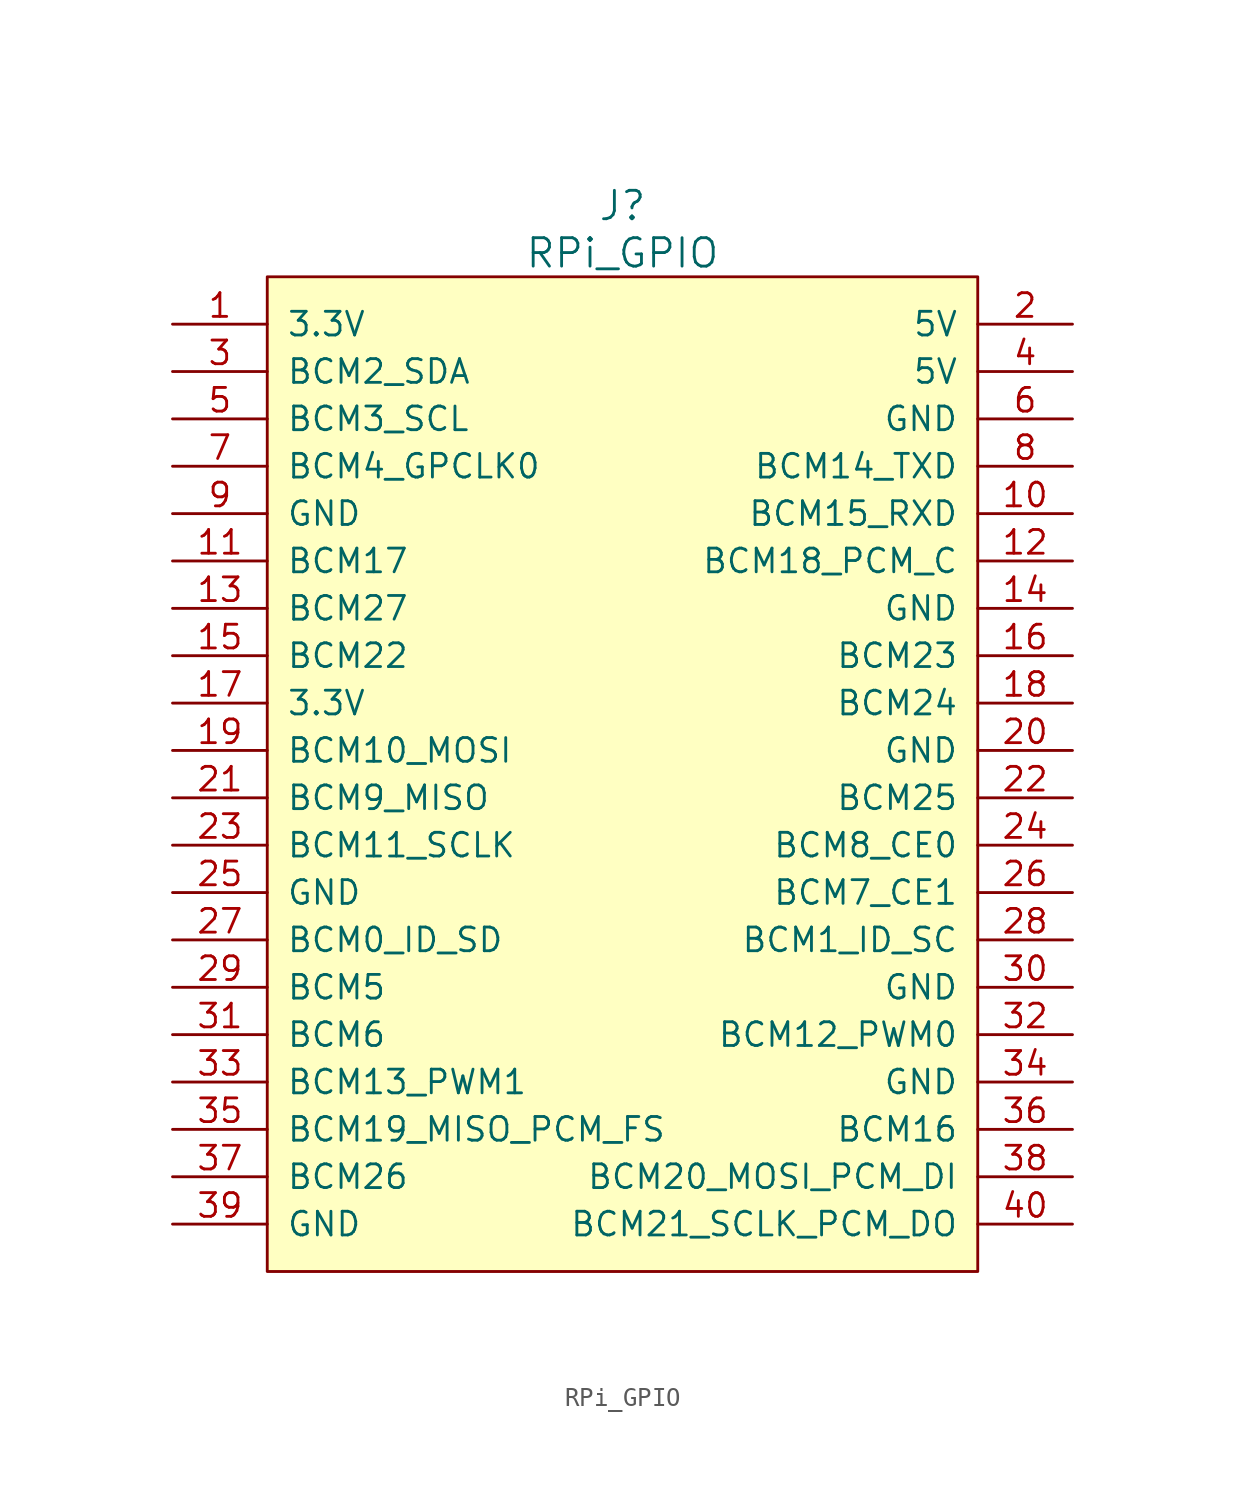
<source format=kicad_sym>
(kicad_symbol_lib
  (version 20231120)
  (generator "kicad_symbol_editor")
  (generator_version "8.0")
  (symbol "RPi_GPIO"
    (pin_names
      (offset 1.016))
    (property "Reference" "J"
      (at 0 30.48 0)
      (effects (font (size 1.524 1.524))))
    (property "Value" "RPi_GPIO"
      (at 0 27.94 0)
      (effects (font (size 1.524 1.524))))
    (symbol "RPi_GPIO_1_1"
      (rectangle (start -19.05 26.67) (end 19.05 -26.67) (stroke (width 0) (type solid)) (fill (type background)))
      (pin power_in line (at -24.13 24.13 0) (length 5.08) (name "3.3V" (effects (font (size 1.27 1.27)))) (number "1" (effects (font (size 1.27 1.27)))))
      (pin bidirectional line (at 24.13 13.97 180) (length 5.08) (name "BCM15_RXD" (effects (font (size 1.27 1.27)))) (number "10" (effects (font (size 1.27 1.27)))))
      (pin bidirectional line (at -24.13 11.43 0) (length 5.08) (name "BCM17" (effects (font (size 1.27 1.27)))) (number "11" (effects (font (size 1.27 1.27)))))
      (pin bidirectional line (at 24.13 11.43 180) (length 5.08) (name "BCM18_PCM_C" (effects (font (size 1.27 1.27)))) (number "12" (effects (font (size 1.27 1.27)))))
      (pin bidirectional line (at -24.13 8.89 0) (length 5.08) (name "BCM27" (effects (font (size 1.27 1.27)))) (number "13" (effects (font (size 1.27 1.27)))))
      (pin power_in line (at 24.13 8.89 180) (length 5.08) (name "GND" (effects (font (size 1.27 1.27)))) (number "14" (effects (font (size 1.27 1.27)))))
      (pin bidirectional line (at -24.13 6.35 0) (length 5.08) (name "BCM22" (effects (font (size 1.27 1.27)))) (number "15" (effects (font (size 1.27 1.27)))))
      (pin bidirectional line (at 24.13 6.35 180) (length 5.08) (name "BCM23" (effects (font (size 1.27 1.27)))) (number "16" (effects (font (size 1.27 1.27)))))
      (pin power_in line (at -24.13 3.81 0) (length 5.08) (name "3.3V" (effects (font (size 1.27 1.27)))) (number "17" (effects (font (size 1.27 1.27)))))
      (pin bidirectional line (at 24.13 3.81 180) (length 5.08) (name "BCM24" (effects (font (size 1.27 1.27)))) (number "18" (effects (font (size 1.27 1.27)))))
      (pin bidirectional line (at -24.13 1.27 0) (length 5.08) (name "BCM10_MOSI" (effects (font (size 1.27 1.27)))) (number "19" (effects (font (size 1.27 1.27)))))
      (pin power_in line (at 24.13 24.13 180) (length 5.08) (name "5V" (effects (font (size 1.27 1.27)))) (number "2" (effects (font (size 1.27 1.27)))))
      (pin power_in line (at 24.13 1.27 180) (length 5.08) (name "GND" (effects (font (size 1.27 1.27)))) (number "20" (effects (font (size 1.27 1.27)))))
      (pin bidirectional line (at -24.13 -1.27 0) (length 5.08) (name "BCM9_MISO" (effects (font (size 1.27 1.27)))) (number "21" (effects (font (size 1.27 1.27)))))
      (pin bidirectional line (at 24.13 -1.27 180) (length 5.08) (name "BCM25" (effects (font (size 1.27 1.27)))) (number "22" (effects (font (size 1.27 1.27)))))
      (pin bidirectional line (at -24.13 -3.81 0) (length 5.08) (name "BCM11_SCLK" (effects (font (size 1.27 1.27)))) (number "23" (effects (font (size 1.27 1.27)))))
      (pin bidirectional line (at 24.13 -3.81 180) (length 5.08) (name "BCM8_CE0" (effects (font (size 1.27 1.27)))) (number "24" (effects (font (size 1.27 1.27)))))
      (pin power_in line (at -24.13 -6.35 0) (length 5.08) (name "GND" (effects (font (size 1.27 1.27)))) (number "25" (effects (font (size 1.27 1.27)))))
      (pin bidirectional line (at 24.13 -6.35 180) (length 5.08) (name "BCM7_CE1" (effects (font (size 1.27 1.27)))) (number "26" (effects (font (size 1.27 1.27)))))
      (pin bidirectional line (at -24.13 -8.89 0) (length 5.08) (name "BCM0_ID_SD" (effects (font (size 1.27 1.27)))) (number "27" (effects (font (size 1.27 1.27)))))
      (pin bidirectional line (at 24.13 -8.89 180) (length 5.08) (name "BCM1_ID_SC" (effects (font (size 1.27 1.27)))) (number "28" (effects (font (size 1.27 1.27)))))
      (pin bidirectional line (at -24.13 -11.43 0) (length 5.08) (name "BCM5" (effects (font (size 1.27 1.27)))) (number "29" (effects (font (size 1.27 1.27)))))
      (pin bidirectional line (at -24.13 21.59 0) (length 5.08) (name "BCM2_SDA" (effects (font (size 1.27 1.27)))) (number "3" (effects (font (size 1.27 1.27)))))
      (pin power_in line (at 24.13 -11.43 180) (length 5.08) (name "GND" (effects (font (size 1.27 1.27)))) (number "30" (effects (font (size 1.27 1.27)))))
      (pin bidirectional line (at -24.13 -13.97 0) (length 5.08) (name "BCM6" (effects (font (size 1.27 1.27)))) (number "31" (effects (font (size 1.27 1.27)))))
      (pin bidirectional line (at 24.13 -13.97 180) (length 5.08) (name "BCM12_PWM0" (effects (font (size 1.27 1.27)))) (number "32" (effects (font (size 1.27 1.27)))))
      (pin bidirectional line (at -24.13 -16.51 0) (length 5.08) (name "BCM13_PWM1" (effects (font (size 1.27 1.27)))) (number "33" (effects (font (size 1.27 1.27)))))
      (pin power_in line (at 24.13 -16.51 180) (length 5.08) (name "GND" (effects (font (size 1.27 1.27)))) (number "34" (effects (font (size 1.27 1.27)))))
      (pin bidirectional line (at -24.13 -19.05 0) (length 5.08) (name "BCM19_MISO_PCM_FS" (effects (font (size 1.27 1.27)))) (number "35" (effects (font (size 1.27 1.27)))))
      (pin bidirectional line (at 24.13 -19.05 180) (length 5.08) (name "BCM16" (effects (font (size 1.27 1.27)))) (number "36" (effects (font (size 1.27 1.27)))))
      (pin bidirectional line (at -24.13 -21.59 0) (length 5.08) (name "BCM26" (effects (font (size 1.27 1.27)))) (number "37" (effects (font (size 1.27 1.27)))))
      (pin bidirectional line (at 24.13 -21.59 180) (length 5.08) (name "BCM20_MOSI_PCM_DI" (effects (font (size 1.27 1.27)))) (number "38" (effects (font (size 1.27 1.27)))))
      (pin power_in line (at -24.13 -24.13 0) (length 5.08) (name "GND" (effects (font (size 1.27 1.27)))) (number "39" (effects (font (size 1.27 1.27)))))
      (pin power_in line (at 24.13 21.59 180) (length 5.08) (name "5V" (effects (font (size 1.27 1.27)))) (number "4" (effects (font (size 1.27 1.27)))))
      (pin bidirectional line (at 24.13 -24.13 180) (length 5.08) (name "BCM21_SCLK_PCM_DO" (effects (font (size 1.27 1.27)))) (number "40" (effects (font (size 1.27 1.27)))))
      (pin bidirectional line (at -24.13 19.05 0) (length 5.08) (name "BCM3_SCL" (effects (font (size 1.27 1.27)))) (number "5" (effects (font (size 1.27 1.27)))))
      (pin power_in line (at 24.13 19.05 180) (length 5.08) (name "GND" (effects (font (size 1.27 1.27)))) (number "6" (effects (font (size 1.27 1.27)))))
      (pin bidirectional line (at -24.13 16.51 0) (length 5.08) (name "BCM4_GPCLK0" (effects (font (size 1.27 1.27)))) (number "7" (effects (font (size 1.27 1.27)))))
      (pin bidirectional line (at 24.13 16.51 180) (length 5.08) (name "BCM14_TXD" (effects (font (size 1.27 1.27)))) (number "8" (effects (font (size 1.27 1.27)))))
      (pin power_in line (at -24.13 13.97 0) (length 5.08) (name "GND" (effects (font (size 1.27 1.27)))) (number "9" (effects (font (size 1.27 1.27))))))))
</source>
